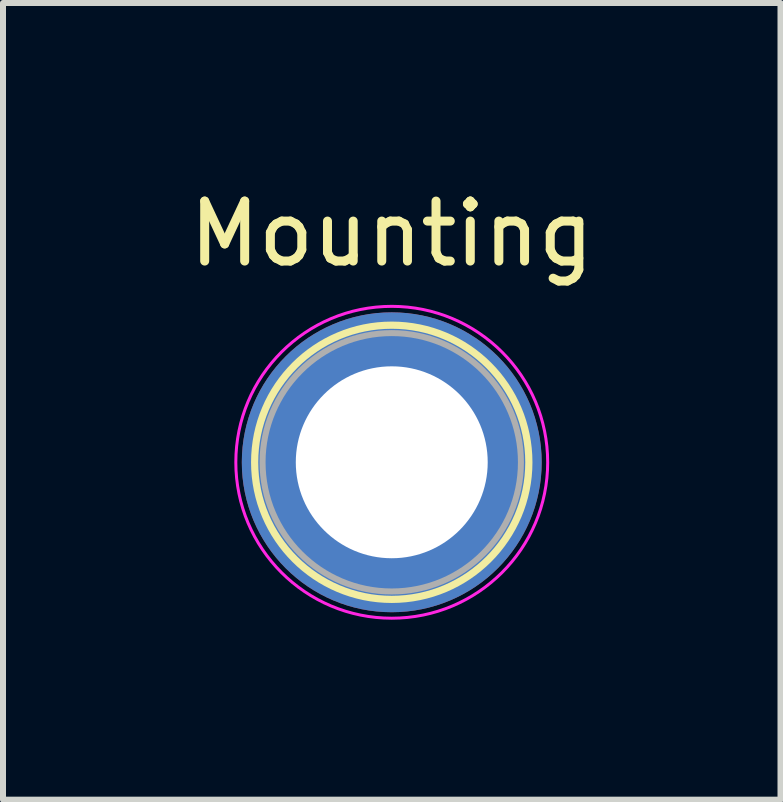
<source format=kicad_pcb>
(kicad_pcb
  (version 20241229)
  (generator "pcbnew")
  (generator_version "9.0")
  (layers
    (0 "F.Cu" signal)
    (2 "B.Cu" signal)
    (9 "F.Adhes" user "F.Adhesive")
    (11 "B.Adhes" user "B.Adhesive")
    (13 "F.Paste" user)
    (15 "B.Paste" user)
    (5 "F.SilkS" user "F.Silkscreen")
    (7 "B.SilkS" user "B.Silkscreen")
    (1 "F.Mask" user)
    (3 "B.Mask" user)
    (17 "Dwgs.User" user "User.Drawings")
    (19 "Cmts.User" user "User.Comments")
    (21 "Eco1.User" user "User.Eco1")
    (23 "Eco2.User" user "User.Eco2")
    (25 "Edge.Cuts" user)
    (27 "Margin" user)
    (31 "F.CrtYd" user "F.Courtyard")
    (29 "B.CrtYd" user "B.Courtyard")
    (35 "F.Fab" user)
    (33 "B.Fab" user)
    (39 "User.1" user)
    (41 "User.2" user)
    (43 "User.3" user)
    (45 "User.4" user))
  (footprint "Mounting"
    (layer "F.Cu")
    (at 3.482 4.658)
    (property "Reference" "Mounting" (at 0 -3.81 0) (layer "F.SilkS") (effects (font (size 1 1) (thickness 0.15))))
    (attr through_hole)
    (fp_circle (center 0 0) (end 0 -2.286) (stroke (width 0.12) (type solid)) (fill no) (layer "F.SilkS"))
    (fp_circle (center 0 0) (end 2.6 0) (stroke (width 0.05) (type solid)) (fill no) (layer "F.CrtYd"))
    (fp_circle (center 0 0) (end 2 0.8) (stroke (width 0.1) (type solid)) (fill no) (layer "F.Fab"))
    (pad "1" thru_hole circle (at 0 0) (size 5 5) (drill 3.2) (layers "*.Cu" "*.Mask")))
  (gr_rect
    (start -3 -3)
    (end 9.964 10.283)
    (stroke (width 0.1) (type default))
    (fill no)
    (layer "Edge.Cuts")))
</source>
